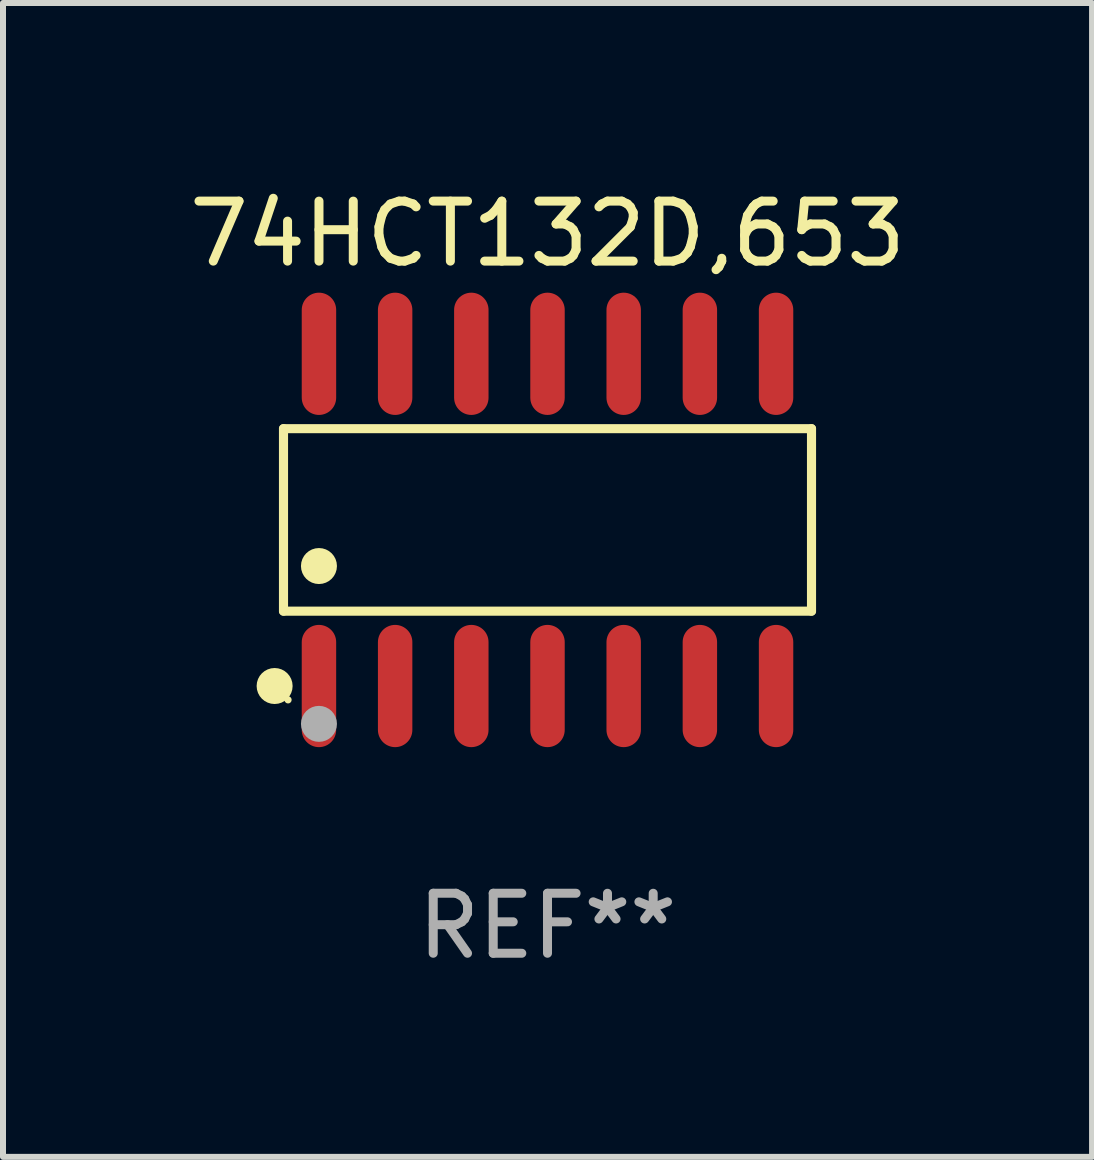
<source format=kicad_pcb>
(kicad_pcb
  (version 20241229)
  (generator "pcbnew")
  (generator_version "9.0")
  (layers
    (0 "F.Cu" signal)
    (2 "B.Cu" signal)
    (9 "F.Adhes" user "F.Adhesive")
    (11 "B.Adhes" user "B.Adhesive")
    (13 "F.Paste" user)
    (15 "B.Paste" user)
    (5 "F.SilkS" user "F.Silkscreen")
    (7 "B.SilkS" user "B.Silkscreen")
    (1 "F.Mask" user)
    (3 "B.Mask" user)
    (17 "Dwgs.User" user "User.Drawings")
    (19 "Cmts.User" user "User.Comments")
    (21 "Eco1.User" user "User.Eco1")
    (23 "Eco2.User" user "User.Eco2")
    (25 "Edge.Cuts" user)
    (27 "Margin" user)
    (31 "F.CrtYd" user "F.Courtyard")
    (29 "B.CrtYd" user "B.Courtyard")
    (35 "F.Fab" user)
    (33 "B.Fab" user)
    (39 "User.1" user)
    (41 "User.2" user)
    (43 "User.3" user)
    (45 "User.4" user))
  (footprint "74HCT132D,653"
    (layer "F.Cu")
    (at 6.077 5.617)
    (property "Reference" "74HCT132D,653" (at 0 -4.769 0) (layer "F.SilkS") (effects (font (size 1 1) (thickness 0.15))))
    (attr through_hole)
    (fp_line (start -4.401 -1.521) (end 4.401 -1.521) (stroke (width 0.152) (type solid)) (layer "F.SilkS"))
    (fp_line (start -4.401 1.521) (end -4.401 -1.521) (stroke (width 0.152) (type solid)) (layer "F.SilkS"))
    (fp_line (start 4.401 -1.521) (end 4.401 1.521) (stroke (width 0.152) (type solid)) (layer "F.SilkS"))
    (fp_line (start 4.401 1.521) (end -4.401 1.521) (stroke (width 0.152) (type solid)) (layer "F.SilkS"))
    (fp_circle (center -4.549 2.769) (end -4.399 2.769) (stroke (width 0.3) (type solid)) (fill no) (layer "F.SilkS"))
    (fp_circle (center -4.325 3) (end -4.295 3) (stroke (width 0.06) (type solid)) (fill no) (layer "F.SilkS"))
    (fp_circle (center -3.81 0.769) (end -3.66 0.769) (stroke (width 0.3) (type solid)) (fill no) (layer "F.SilkS"))
    (fp_circle (center -3.81 3.4) (end -3.66 3.4) (stroke (width 0.3) (type solid)) (fill no) (layer "F.Fab"))
    (fp_text user "REF**" (at 0 6.769 0) (layer "F.Fab") (effects (font (size 1 1) (thickness 0.15))))
    (pad "1" smd oval (at -3.81 2.769) (size 0.574 2.038) (layers "F.Cu" "F.Mask" "F.Paste"))
    (pad "2" smd oval (at -2.54 2.769) (size 0.574 2.038) (layers "F.Cu" "F.Mask" "F.Paste"))
    (pad "3" smd oval (at -1.27 2.769) (size 0.574 2.038) (layers "F.Cu" "F.Mask" "F.Paste"))
    (pad "4" smd oval (at 0 2.769) (size 0.574 2.038) (layers "F.Cu" "F.Mask" "F.Paste"))
    (pad "5" smd oval (at 1.27 2.769) (size 0.574 2.038) (layers "F.Cu" "F.Mask" "F.Paste"))
    (pad "6" smd oval (at 2.54 2.769) (size 0.574 2.038) (layers "F.Cu" "F.Mask" "F.Paste"))
    (pad "7" smd oval (at 3.81 2.769) (size 0.574 2.038) (layers "F.Cu" "F.Mask" "F.Paste"))
    (pad "8" smd oval (at 3.81 -2.769) (size 0.574 2.038) (layers "F.Cu" "F.Mask" "F.Paste"))
    (pad "9" smd oval (at 2.54 -2.769) (size 0.574 2.038) (layers "F.Cu" "F.Mask" "F.Paste"))
    (pad "10" smd oval (at 1.27 -2.769) (size 0.574 2.038) (layers "F.Cu" "F.Mask" "F.Paste"))
    (pad "11" smd oval (at 0 -2.769) (size 0.574 2.038) (layers "F.Cu" "F.Mask" "F.Paste"))
    (pad "12" smd oval (at -1.27 -2.769) (size 0.574 2.038) (layers "F.Cu" "F.Mask" "F.Paste"))
    (pad "13" smd oval (at -2.54 -2.769) (size 0.574 2.038) (layers "F.Cu" "F.Mask" "F.Paste"))
    (pad "14" smd oval (at -3.81 -2.769) (size 0.574 2.038) (layers "F.Cu" "F.Mask" "F.Paste")))
  (gr_rect
    (start -3 -3)
    (end 15.155 16.235)
    (stroke (width 0.1) (type default))
    (fill no)
    (layer "Edge.Cuts")))
</source>
